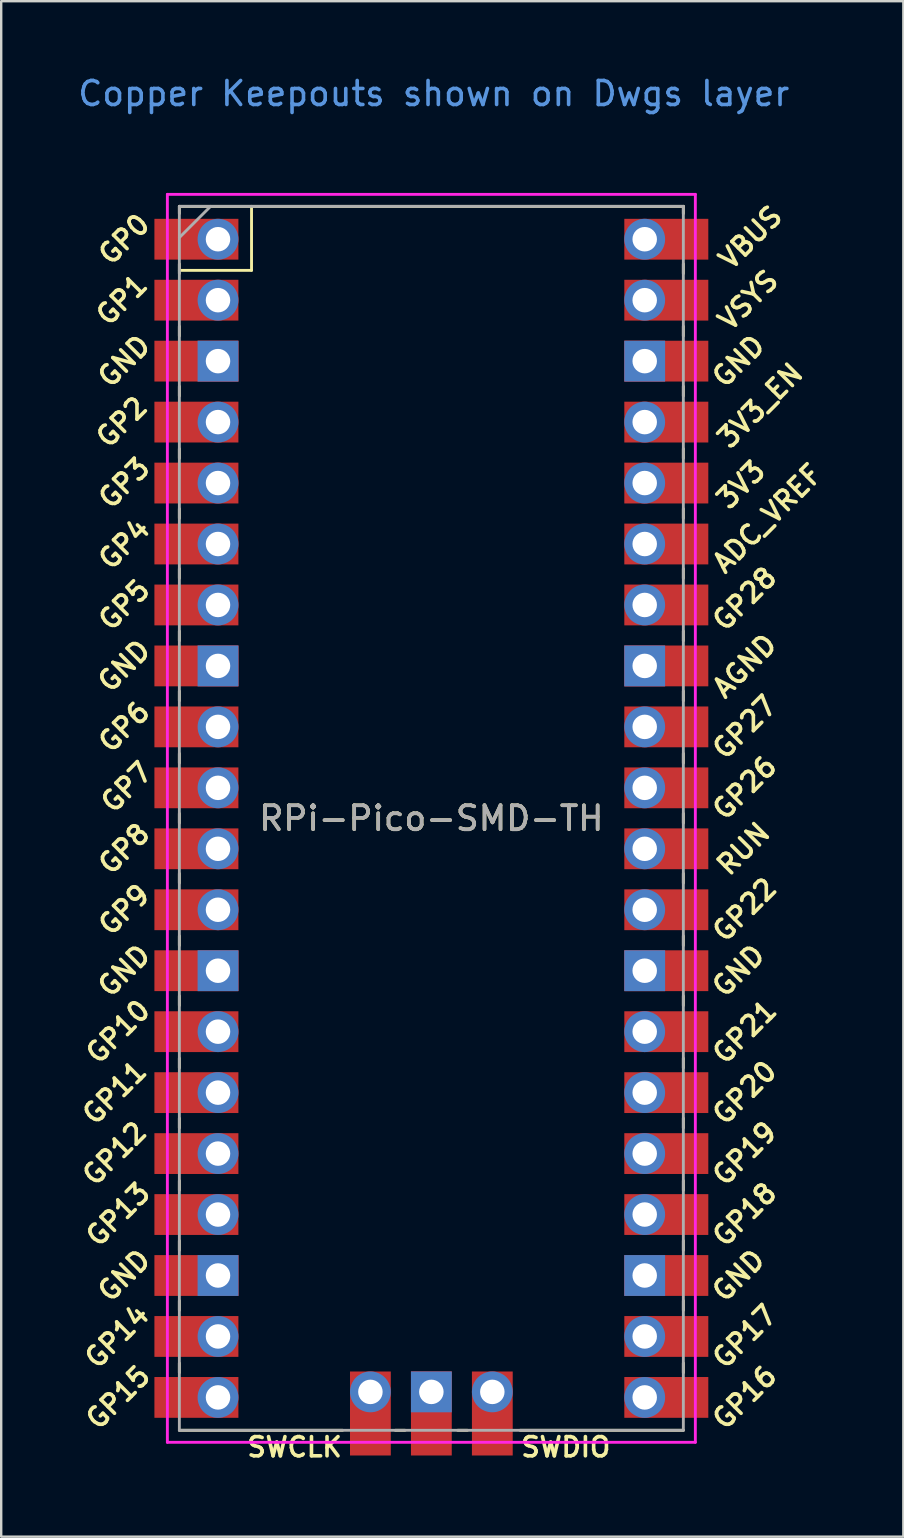
<source format=kicad_pcb>
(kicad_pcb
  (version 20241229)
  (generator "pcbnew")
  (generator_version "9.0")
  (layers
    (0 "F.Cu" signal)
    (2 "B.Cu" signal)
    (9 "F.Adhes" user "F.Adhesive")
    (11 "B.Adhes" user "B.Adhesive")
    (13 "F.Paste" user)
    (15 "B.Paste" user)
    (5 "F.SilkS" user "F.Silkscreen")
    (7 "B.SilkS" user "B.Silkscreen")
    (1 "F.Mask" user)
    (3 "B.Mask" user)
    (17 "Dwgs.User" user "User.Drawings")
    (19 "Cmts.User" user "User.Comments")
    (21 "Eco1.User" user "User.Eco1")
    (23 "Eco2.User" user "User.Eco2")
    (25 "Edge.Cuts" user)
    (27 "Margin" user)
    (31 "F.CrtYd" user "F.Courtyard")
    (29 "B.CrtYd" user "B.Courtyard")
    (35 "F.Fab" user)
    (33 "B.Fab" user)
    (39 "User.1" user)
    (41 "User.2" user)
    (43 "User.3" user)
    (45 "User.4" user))
  (footprint "RPi-Pico-SMD-TH"
    (layer "F.Cu")
    (at 14.924 31.048)
    (property "Reference" "RPi-Pico-SMD-TH" (at 0 0 0) (layer "F.SilkS") (effects (font (size 1 1) (thickness 0.15))))
    (attr through_hole)
    (fp_line (start -10.5 -25.5) (end -10.5 -25.2) (stroke (width 0.12) (type solid)) (layer "F.SilkS"))
    (fp_line (start -10.5 -25.5) (end 10.5 -25.5) (stroke (width 0.12) (type solid)) (layer "F.SilkS"))
    (fp_line (start -10.5 -23.1) (end -10.5 -22.7) (stroke (width 0.12) (type solid)) (layer "F.SilkS"))
    (fp_line (start -10.5 -22.833) (end -7.493 -22.833) (stroke (width 0.12) (type solid)) (layer "F.SilkS"))
    (fp_line (start -10.5 -20.5) (end -10.5 -20.1) (stroke (width 0.12) (type solid)) (layer "F.SilkS"))
    (fp_line (start -10.5 -18) (end -10.5 -17.6) (stroke (width 0.12) (type solid)) (layer "F.SilkS"))
    (fp_line (start -10.5 -15.4) (end -10.5 -15) (stroke (width 0.12) (type solid)) (layer "F.SilkS"))
    (fp_line (start -10.5 -12.9) (end -10.5 -12.5) (stroke (width 0.12) (type solid)) (layer "F.SilkS"))
    (fp_line (start -10.5 -10.4) (end -10.5 -10) (stroke (width 0.12) (type solid)) (layer "F.SilkS"))
    (fp_line (start -10.5 -7.8) (end -10.5 -7.4) (stroke (width 0.12) (type solid)) (layer "F.SilkS"))
    (fp_line (start -10.5 -5.3) (end -10.5 -4.9) (stroke (width 0.12) (type solid)) (layer "F.SilkS"))
    (fp_line (start -10.5 -2.7) (end -10.5 -2.3) (stroke (width 0.12) (type solid)) (layer "F.SilkS"))
    (fp_line (start -10.5 -0.2) (end -10.5 0.2) (stroke (width 0.12) (type solid)) (layer "F.SilkS"))
    (fp_line (start -10.5 2.3) (end -10.5 2.7) (stroke (width 0.12) (type solid)) (layer "F.SilkS"))
    (fp_line (start -10.5 4.9) (end -10.5 5.3) (stroke (width 0.12) (type solid)) (layer "F.SilkS"))
    (fp_line (start -10.5 7.4) (end -10.5 7.8) (stroke (width 0.12) (type solid)) (layer "F.SilkS"))
    (fp_line (start -10.5 10) (end -10.5 10.4) (stroke (width 0.12) (type solid)) (layer "F.SilkS"))
    (fp_line (start -10.5 12.5) (end -10.5 12.9) (stroke (width 0.12) (type solid)) (layer "F.SilkS"))
    (fp_line (start -10.5 15.1) (end -10.5 15.5) (stroke (width 0.12) (type solid)) (layer "F.SilkS"))
    (fp_line (start -10.5 17.6) (end -10.5 18) (stroke (width 0.12) (type solid)) (layer "F.SilkS"))
    (fp_line (start -10.5 20.1) (end -10.5 20.5) (stroke (width 0.12) (type solid)) (layer "F.SilkS"))
    (fp_line (start -10.5 22.7) (end -10.5 23.1) (stroke (width 0.12) (type solid)) (layer "F.SilkS"))
    (fp_line (start -7.493 -22.833) (end -7.493 -25.5) (stroke (width 0.12) (type solid)) (layer "F.SilkS"))
    (fp_line (start -3.7 25.5) (end -10.5 25.5) (stroke (width 0.12) (type solid)) (layer "F.SilkS"))
    (fp_line (start -1.5 25.5) (end -1.1 25.5) (stroke (width 0.12) (type solid)) (layer "F.SilkS"))
    (fp_line (start 1.1 25.5) (end 1.5 25.5) (stroke (width 0.12) (type solid)) (layer "F.SilkS"))
    (fp_line (start 10.5 -25.5) (end 10.5 -25.2) (stroke (width 0.12) (type solid)) (layer "F.SilkS"))
    (fp_line (start 10.5 -23.1) (end 10.5 -22.7) (stroke (width 0.12) (type solid)) (layer "F.SilkS"))
    (fp_line (start 10.5 -20.5) (end 10.5 -20.1) (stroke (width 0.12) (type solid)) (layer "F.SilkS"))
    (fp_line (start 10.5 -18) (end 10.5 -17.6) (stroke (width 0.12) (type solid)) (layer "F.SilkS"))
    (fp_line (start 10.5 -15.4) (end 10.5 -15) (stroke (width 0.12) (type solid)) (layer "F.SilkS"))
    (fp_line (start 10.5 -12.9) (end 10.5 -12.5) (stroke (width 0.12) (type solid)) (layer "F.SilkS"))
    (fp_line (start 10.5 -10.4) (end 10.5 -10) (stroke (width 0.12) (type solid)) (layer "F.SilkS"))
    (fp_line (start 10.5 -7.8) (end 10.5 -7.4) (stroke (width 0.12) (type solid)) (layer "F.SilkS"))
    (fp_line (start 10.5 -5.3) (end 10.5 -4.9) (stroke (width 0.12) (type solid)) (layer "F.SilkS"))
    (fp_line (start 10.5 -2.7) (end 10.5 -2.3) (stroke (width 0.12) (type solid)) (layer "F.SilkS"))
    (fp_line (start 10.5 -0.2) (end 10.5 0.2) (stroke (width 0.12) (type solid)) (layer "F.SilkS"))
    (fp_line (start 10.5 2.3) (end 10.5 2.7) (stroke (width 0.12) (type solid)) (layer "F.SilkS"))
    (fp_line (start 10.5 4.9) (end 10.5 5.3) (stroke (width 0.12) (type solid)) (layer "F.SilkS"))
    (fp_line (start 10.5 7.4) (end 10.5 7.8) (stroke (width 0.12) (type solid)) (layer "F.SilkS"))
    (fp_line (start 10.5 10) (end 10.5 10.4) (stroke (width 0.12) (type solid)) (layer "F.SilkS"))
    (fp_line (start 10.5 12.5) (end 10.5 12.9) (stroke (width 0.12) (type solid)) (layer "F.SilkS"))
    (fp_line (start 10.5 15.1) (end 10.5 15.5) (stroke (width 0.12) (type solid)) (layer "F.SilkS"))
    (fp_line (start 10.5 17.6) (end 10.5 18) (stroke (width 0.12) (type solid)) (layer "F.SilkS"))
    (fp_line (start 10.5 20.1) (end 10.5 20.5) (stroke (width 0.12) (type solid)) (layer "F.SilkS"))
    (fp_line (start 10.5 22.7) (end 10.5 23.1) (stroke (width 0.12) (type solid)) (layer "F.SilkS"))
    (fp_line (start 10.5 25.5) (end 3.7 25.5) (stroke (width 0.12) (type solid)) (layer "F.SilkS"))
    (fp_line (start -11 -26) (end 11 -26) (stroke (width 0.12) (type solid)) (layer "F.CrtYd"))
    (fp_line (start -11 26) (end -11 -26) (stroke (width 0.12) (type solid)) (layer "F.CrtYd"))
    (fp_line (start 11 -26) (end 11 26) (stroke (width 0.12) (type solid)) (layer "F.CrtYd"))
    (fp_line (start 11 26) (end -11 26) (stroke (width 0.12) (type solid)) (layer "F.CrtYd"))
    (fp_line (start -10.5 -25.5) (end 10.5 -25.5) (stroke (width 0.12) (type solid)) (layer "F.Fab"))
    (fp_line (start -10.5 -24.2) (end -9.2 -25.5) (stroke (width 0.12) (type solid)) (layer "F.Fab"))
    (fp_line (start -10.5 25.5) (end -10.5 -25.5) (stroke (width 0.12) (type solid)) (layer "F.Fab"))
    (fp_line (start 10.5 -25.5) (end 10.5 25.5) (stroke (width 0.12) (type solid)) (layer "F.Fab"))
    (fp_line (start 10.5 25.5) (end -10.5 25.5) (stroke (width 0.12) (type solid)) (layer "F.Fab"))
    (fp_text user "GND" (at 12.8 19.05 45) (layer "F.SilkS") (effects (font (size 0.8 0.8) (thickness 0.15))))
    (fp_text user "GP17" (at 13.054 21.59 45) (layer "F.SilkS") (effects (font (size 0.8 0.8) (thickness 0.15))))
    (fp_text user "VSYS" (at 13.2 -21.59 45) (layer "F.SilkS") (effects (font (size 0.8 0.8) (thickness 0.15))))
    (fp_text user "GND" (at -12.8 -19.05 45) (layer "F.SilkS") (effects (font (size 0.8 0.8) (thickness 0.15))))
    (fp_text user "AGND" (at 13.054 -6.35 45) (layer "F.SilkS") (effects (font (size 0.8 0.8) (thickness 0.15))))
    (fp_text user "VBUS" (at 13.3 -24.2 45) (layer "F.SilkS") (effects (font (size 0.8 0.8) (thickness 0.15))))
    (fp_text user "RUN" (at 13 1.27 45) (layer "F.SilkS") (effects (font (size 0.8 0.8) (thickness 0.15))))
    (fp_text user "SWDIO" (at 5.6 26.2 0) (layer "F.SilkS") (effects (font (size 0.8 0.8) (thickness 0.15))))
    (fp_text user "GND" (at -12.8 6.35 45) (layer "F.SilkS") (effects (font (size 0.8 0.8) (thickness 0.15))))
    (fp_text user "GP9" (at -12.8 3.81 45) (layer "F.SilkS") (effects (font (size 0.8 0.8) (thickness 0.15))))
    (fp_text user "GP0" (at -12.8 -24.13 45) (layer "F.SilkS") (effects (font (size 0.8 0.8) (thickness 0.15))))
    (fp_text user "GP8" (at -12.8 1.27 45) (layer "F.SilkS") (effects (font (size 0.8 0.8) (thickness 0.15))))
    (fp_text user "GP13" (at -13.054 16.51 45) (layer "F.SilkS") (effects (font (size 0.8 0.8) (thickness 0.15))))
    (fp_text user "GP22" (at 13.054 3.81 45) (layer "F.SilkS") (effects (font (size 0.8 0.8) (thickness 0.15))))
    (fp_text user "GP3" (at -12.8 -13.97 45) (layer "F.SilkS") (effects (font (size 0.8 0.8) (thickness 0.15))))
    (fp_text user "GND" (at 12.8 -19.05 45) (layer "F.SilkS") (effects (font (size 0.8 0.8) (thickness 0.15))))
    (fp_text user "GP1" (at -12.9 -21.6 45) (layer "F.SilkS") (effects (font (size 0.8 0.8) (thickness 0.15))))
    (fp_text user "GP2" (at -12.9 -16.51 45) (layer "F.SilkS") (effects (font (size 0.8 0.8) (thickness 0.15))))
    (fp_text user "GP16" (at 13.054 24.13 45) (layer "F.SilkS") (effects (font (size 0.8 0.8) (thickness 0.15))))
    (fp_text user "ADC_VREF" (at 14 -12.5 45) (layer "F.SilkS") (effects (font (size 0.8 0.8) (thickness 0.15))))
    (fp_text user "GP28" (at 13.054 -9.144 45) (layer "F.SilkS") (effects (font (size 0.8 0.8) (thickness 0.15))))
    (fp_text user "GP5" (at -12.8 -8.89 45) (layer "F.SilkS") (effects (font (size 0.8 0.8) (thickness 0.15))))
    (fp_text user "GND" (at 12.8 6.35 45) (layer "F.SilkS") (effects (font (size 0.8 0.8) (thickness 0.15))))
    (fp_text user "GND" (at -12.8 19.05 45) (layer "F.SilkS") (effects (font (size 0.8 0.8) (thickness 0.15))))
    (fp_text user "SWCLK" (at -5.7 26.2 0) (layer "F.SilkS") (effects (font (size 0.8 0.8) (thickness 0.15))))
    (fp_text user "3V3_EN" (at 13.7 -17.2 45) (layer "F.SilkS") (effects (font (size 0.8 0.8) (thickness 0.15))))
    (fp_text user "GP11" (at -13.2 11.43 45) (layer "F.SilkS") (effects (font (size 0.8 0.8) (thickness 0.15))))
    (fp_text user "3V3" (at 12.9 -13.9 45) (layer "F.SilkS") (effects (font (size 0.8 0.8) (thickness 0.15))))
    (fp_text user "GP10" (at -13.054 8.89 45) (layer "F.SilkS") (effects (font (size 0.8 0.8) (thickness 0.15))))
    (fp_text user "GP6" (at -12.8 -3.81 45) (layer "F.SilkS") (effects (font (size 0.8 0.8) (thickness 0.15))))
    (fp_text user "GP15" (at -13.054 24.13 45) (layer "F.SilkS") (effects (font (size 0.8 0.8) (thickness 0.15))))
    (fp_text user "GP4" (at -12.8 -11.43 45) (layer "F.SilkS") (effects (font (size 0.8 0.8) (thickness 0.15))))
    (fp_text user "GP20" (at 13.054 11.43 45) (layer "F.SilkS") (effects (font (size 0.8 0.8) (thickness 0.15))))
    (fp_text user "GP21" (at 13.054 8.9 45) (layer "F.SilkS") (effects (font (size 0.8 0.8) (thickness 0.15))))
    (fp_text user "GP19" (at 13.054 13.97 45) (layer "F.SilkS") (effects (font (size 0.8 0.8) (thickness 0.15))))
    (fp_text user "GP7" (at -12.7 -1.3 45) (layer "F.SilkS") (effects (font (size 0.8 0.8) (thickness 0.15))))
    (fp_text user "GP18" (at 13.054 16.51 45) (layer "F.SilkS") (effects (font (size 0.8 0.8) (thickness 0.15))))
    (fp_text user "GP14" (at -13.1 21.59 45) (layer "F.SilkS") (effects (font (size 0.8 0.8) (thickness 0.15))))
    (fp_text user "GND" (at -12.8 -6.35 45) (layer "F.SilkS") (effects (font (size 0.8 0.8) (thickness 0.15))))
    (fp_text user "GP26" (at 13.054 -1.27 45) (layer "F.SilkS") (effects (font (size 0.8 0.8) (thickness 0.15))))
    (fp_text user "GP12" (at -13.2 13.97 45) (layer "F.SilkS") (effects (font (size 0.8 0.8) (thickness 0.15))))
    (fp_text user "GP27" (at 13.054 -3.8 45) (layer "F.SilkS") (effects (font (size 0.8 0.8) (thickness 0.15))))
    (fp_text user "Copper Keepouts shown on Dwgs layer" (at 0.1 -30.2 0) (layer "Cmts.User") (effects (font (size 1 1) (thickness 0.15))))
    (fp_text user "${REFERENCE}" (at 0 0 180) (layer "F.Fab") (effects (font (size 1 1) (thickness 0.15))))
    (pad "1" thru_hole oval (at -8.89 -24.13) (size 1.7 1.7) (drill 1.02) (layers "*.Cu" "*.Mask"))
    (pad "1" smd rect (at -8.89 -24.13) (size 3.5 1.7) (drill (offset -0.9 0)) (layers "F.Cu" "F.Mask"))
    (pad "2" thru_hole oval (at -8.89 -21.59) (size 1.7 1.7) (drill 1.02) (layers "*.Cu" "*.Mask"))
    (pad "2" smd rect (at -8.89 -21.59) (size 3.5 1.7) (drill (offset -0.9 0)) (layers "F.Cu" "F.Mask"))
    (pad "3" thru_hole rect (at -8.89 -19.05) (size 1.7 1.7) (drill 1.02) (layers "*.Cu" "*.Mask"))
    (pad "3" smd rect (at -8.89 -19.05) (size 3.5 1.7) (drill (offset -0.9 0)) (layers "F.Cu" "F.Mask"))
    (pad "4" thru_hole oval (at -8.89 -16.51) (size 1.7 1.7) (drill 1.02) (layers "*.Cu" "*.Mask"))
    (pad "4" smd rect (at -8.89 -16.51) (size 3.5 1.7) (drill (offset -0.9 0)) (layers "F.Cu" "F.Mask"))
    (pad "5" thru_hole oval (at -8.89 -13.97) (size 1.7 1.7) (drill 1.02) (layers "*.Cu" "*.Mask"))
    (pad "5" smd rect (at -8.89 -13.97) (size 3.5 1.7) (drill (offset -0.9 0)) (layers "F.Cu" "F.Mask"))
    (pad "6" thru_hole oval (at -8.89 -11.43) (size 1.7 1.7) (drill 1.02) (layers "*.Cu" "*.Mask"))
    (pad "6" smd rect (at -8.89 -11.43) (size 3.5 1.7) (drill (offset -0.9 0)) (layers "F.Cu" "F.Mask"))
    (pad "7" thru_hole oval (at -8.89 -8.89) (size 1.7 1.7) (drill 1.02) (layers "*.Cu" "*.Mask"))
    (pad "7" smd rect (at -8.89 -8.89) (size 3.5 1.7) (drill (offset -0.9 0)) (layers "F.Cu" "F.Mask"))
    (pad "8" thru_hole rect (at -8.89 -6.35) (size 1.7 1.7) (drill 1.02) (layers "*.Cu" "*.Mask"))
    (pad "8" smd rect (at -8.89 -6.35) (size 3.5 1.7) (drill (offset -0.9 0)) (layers "F.Cu" "F.Mask"))
    (pad "9" thru_hole oval (at -8.89 -3.81) (size 1.7 1.7) (drill 1.02) (layers "*.Cu" "*.Mask"))
    (pad "9" smd rect (at -8.89 -3.81) (size 3.5 1.7) (drill (offset -0.9 0)) (layers "F.Cu" "F.Mask"))
    (pad "10" thru_hole oval (at -8.89 -1.27) (size 1.7 1.7) (drill 1.02) (layers "*.Cu" "*.Mask"))
    (pad "10" smd rect (at -8.89 -1.27) (size 3.5 1.7) (drill (offset -0.9 0)) (layers "F.Cu" "F.Mask"))
    (pad "11" thru_hole oval (at -8.89 1.27) (size 1.7 1.7) (drill 1.02) (layers "*.Cu" "*.Mask"))
    (pad "11" smd rect (at -8.89 1.27) (size 3.5 1.7) (drill (offset -0.9 0)) (layers "F.Cu" "F.Mask"))
    (pad "12" thru_hole oval (at -8.89 3.81) (size 1.7 1.7) (drill 1.02) (layers "*.Cu" "*.Mask"))
    (pad "12" smd rect (at -8.89 3.81) (size 3.5 1.7) (drill (offset -0.9 0)) (layers "F.Cu" "F.Mask"))
    (pad "13" thru_hole rect (at -8.89 6.35) (size 1.7 1.7) (drill 1.02) (layers "*.Cu" "*.Mask"))
    (pad "13" smd rect (at -8.89 6.35) (size 3.5 1.7) (drill (offset -0.9 0)) (layers "F.Cu" "F.Mask"))
    (pad "14" thru_hole oval (at -8.89 8.89) (size 1.7 1.7) (drill 1.02) (layers "*.Cu" "*.Mask"))
    (pad "14" smd rect (at -8.89 8.89) (size 3.5 1.7) (drill (offset -0.9 0)) (layers "F.Cu" "F.Mask"))
    (pad "15" thru_hole oval (at -8.89 11.43) (size 1.7 1.7) (drill 1.02) (layers "*.Cu" "*.Mask"))
    (pad "15" smd rect (at -8.89 11.43) (size 3.5 1.7) (drill (offset -0.9 0)) (layers "F.Cu" "F.Mask"))
    (pad "16" thru_hole oval (at -8.89 13.97) (size 1.7 1.7) (drill 1.02) (layers "*.Cu" "*.Mask"))
    (pad "16" smd rect (at -8.89 13.97) (size 3.5 1.7) (drill (offset -0.9 0)) (layers "F.Cu" "F.Mask"))
    (pad "17" thru_hole oval (at -8.89 16.51) (size 1.7 1.7) (drill 1.02) (layers "*.Cu" "*.Mask"))
    (pad "17" smd rect (at -8.89 16.51) (size 3.5 1.7) (drill (offset -0.9 0)) (layers "F.Cu" "F.Mask"))
    (pad "18" thru_hole rect (at -8.89 19.05) (size 1.7 1.7) (drill 1.02) (layers "*.Cu" "*.Mask"))
    (pad "18" smd rect (at -8.89 19.05) (size 3.5 1.7) (drill (offset -0.9 0)) (layers "F.Cu" "F.Mask"))
    (pad "19" thru_hole oval (at -8.89 21.59) (size 1.7 1.7) (drill 1.02) (layers "*.Cu" "*.Mask"))
    (pad "19" smd rect (at -8.89 21.59) (size 3.5 1.7) (drill (offset -0.9 0)) (layers "F.Cu" "F.Mask"))
    (pad "20" thru_hole oval (at -8.89 24.13) (size 1.7 1.7) (drill 1.02) (layers "*.Cu" "*.Mask"))
    (pad "20" smd rect (at -8.89 24.13) (size 3.5 1.7) (drill (offset -0.9 0)) (layers "F.Cu" "F.Mask"))
    (pad "21" thru_hole oval (at 8.89 24.13) (size 1.7 1.7) (drill 1.02) (layers "*.Cu" "*.Mask"))
    (pad "21" smd rect (at 8.89 24.13) (size 3.5 1.7) (drill (offset 0.9 0)) (layers "F.Cu" "F.Mask"))
    (pad "22" thru_hole oval (at 8.89 21.59) (size 1.7 1.7) (drill 1.02) (layers "*.Cu" "*.Mask"))
    (pad "22" smd rect (at 8.89 21.59) (size 3.5 1.7) (drill (offset 0.9 0)) (layers "F.Cu" "F.Mask"))
    (pad "23" thru_hole rect (at 8.89 19.05) (size 1.7 1.7) (drill 1.02) (layers "*.Cu" "*.Mask"))
    (pad "23" smd rect (at 8.89 19.05) (size 3.5 1.7) (drill (offset 0.9 0)) (layers "F.Cu" "F.Mask"))
    (pad "24" thru_hole oval (at 8.89 16.51) (size 1.7 1.7) (drill 1.02) (layers "*.Cu" "*.Mask"))
    (pad "24" smd rect (at 8.89 16.51) (size 3.5 1.7) (drill (offset 0.9 0)) (layers "F.Cu" "F.Mask"))
    (pad "25" thru_hole oval (at 8.89 13.97) (size 1.7 1.7) (drill 1.02) (layers "*.Cu" "*.Mask"))
    (pad "25" smd rect (at 8.89 13.97) (size 3.5 1.7) (drill (offset 0.9 0)) (layers "F.Cu" "F.Mask"))
    (pad "26" thru_hole oval (at 8.89 11.43) (size 1.7 1.7) (drill 1.02) (layers "*.Cu" "*.Mask"))
    (pad "26" smd rect (at 8.89 11.43) (size 3.5 1.7) (drill (offset 0.9 0)) (layers "F.Cu" "F.Mask"))
    (pad "27" thru_hole oval (at 8.89 8.89) (size 1.7 1.7) (drill 1.02) (layers "*.Cu" "*.Mask"))
    (pad "27" smd rect (at 8.89 8.89) (size 3.5 1.7) (drill (offset 0.9 0)) (layers "F.Cu" "F.Mask"))
    (pad "28" thru_hole rect (at 8.89 6.35) (size 1.7 1.7) (drill 1.02) (layers "*.Cu" "*.Mask"))
    (pad "28" smd rect (at 8.89 6.35) (size 3.5 1.7) (drill (offset 0.9 0)) (layers "F.Cu" "F.Mask"))
    (pad "29" thru_hole oval (at 8.89 3.81) (size 1.7 1.7) (drill 1.02) (layers "*.Cu" "*.Mask"))
    (pad "29" smd rect (at 8.89 3.81) (size 3.5 1.7) (drill (offset 0.9 0)) (layers "F.Cu" "F.Mask"))
    (pad "30" thru_hole oval (at 8.89 1.27) (size 1.7 1.7) (drill 1.02) (layers "*.Cu" "*.Mask"))
    (pad "30" smd rect (at 8.89 1.27) (size 3.5 1.7) (drill (offset 0.9 0)) (layers "F.Cu" "F.Mask"))
    (pad "31" thru_hole oval (at 8.89 -1.27) (size 1.7 1.7) (drill 1.02) (layers "*.Cu" "*.Mask"))
    (pad "31" smd rect (at 8.89 -1.27) (size 3.5 1.7) (drill (offset 0.9 0)) (layers "F.Cu" "F.Mask"))
    (pad "32" thru_hole oval (at 8.89 -3.81) (size 1.7 1.7) (drill 1.02) (layers "*.Cu" "*.Mask"))
    (pad "32" smd rect (at 8.89 -3.81) (size 3.5 1.7) (drill (offset 0.9 0)) (layers "F.Cu" "F.Mask"))
    (pad "33" thru_hole rect (at 8.89 -6.35) (size 1.7 1.7) (drill 1.02) (layers "*.Cu" "*.Mask"))
    (pad "33" smd rect (at 8.89 -6.35) (size 3.5 1.7) (drill (offset 0.9 0)) (layers "F.Cu" "F.Mask"))
    (pad "34" thru_hole oval (at 8.89 -8.89) (size 1.7 1.7) (drill 1.02) (layers "*.Cu" "*.Mask"))
    (pad "34" smd rect (at 8.89 -8.89) (size 3.5 1.7) (drill (offset 0.9 0)) (layers "F.Cu" "F.Mask"))
    (pad "35" thru_hole oval (at 8.89 -11.43) (size 1.7 1.7) (drill 1.02) (layers "*.Cu" "*.Mask"))
    (pad "35" smd rect (at 8.89 -11.43) (size 3.5 1.7) (drill (offset 0.9 0)) (layers "F.Cu" "F.Mask"))
    (pad "36" thru_hole oval (at 8.89 -13.97) (size 1.7 1.7) (drill 1.02) (layers "*.Cu" "*.Mask"))
    (pad "36" smd rect (at 8.89 -13.97) (size 3.5 1.7) (drill (offset 0.9 0)) (layers "F.Cu" "F.Mask"))
    (pad "37" thru_hole oval (at 8.89 -16.51) (size 1.7 1.7) (drill 1.02) (layers "*.Cu" "*.Mask"))
    (pad "37" smd rect (at 8.89 -16.51) (size 3.5 1.7) (drill (offset 0.9 0)) (layers "F.Cu" "F.Mask"))
    (pad "38" thru_hole rect (at 8.89 -19.05) (size 1.7 1.7) (drill 1.02) (layers "*.Cu" "*.Mask"))
    (pad "38" smd rect (at 8.89 -19.05) (size 3.5 1.7) (drill (offset 0.9 0)) (layers "F.Cu" "F.Mask"))
    (pad "39" thru_hole oval (at 8.89 -21.59) (size 1.7 1.7) (drill 1.02) (layers "*.Cu" "*.Mask"))
    (pad "39" smd rect (at 8.89 -21.59) (size 3.5 1.7) (drill (offset 0.9 0)) (layers "F.Cu" "F.Mask"))
    (pad "40" thru_hole oval (at 8.89 -24.13) (size 1.7 1.7) (drill 1.02) (layers "*.Cu" "*.Mask"))
    (pad "40" smd rect (at 8.89 -24.13) (size 3.5 1.7) (drill (offset 0.9 0)) (layers "F.Cu" "F.Mask"))
    (pad "41" thru_hole oval (at -2.54 23.9) (size 1.7 1.7) (drill 1.02) (layers "*.Cu" "*.Mask"))
    (pad "41" smd rect (at -2.54 23.9 90) (size 3.5 1.7) (drill (offset -0.9 0)) (layers "F.Cu" "F.Mask"))
    (pad "42" thru_hole rect (at 0 23.9) (size 1.7 1.7) (drill 1.02) (layers "*.Cu" "*.Mask"))
    (pad "42" smd rect (at 0 23.9 90) (size 3.5 1.7) (drill (offset -0.9 0)) (layers "F.Cu" "F.Mask"))
    (pad "43" thru_hole oval (at 2.54 23.9) (size 1.7 1.7) (drill 1.02) (layers "*.Cu" "*.Mask"))
    (pad "43" smd rect (at 2.54 23.9 90) (size 3.5 1.7) (drill (offset -0.9 0)) (layers "F.Cu" "F.Mask")))
  (gr_rect
    (start -3 -3)
    (end 34.591 60.98)
    (stroke (width 0.1) (type default))
    (fill no)
    (layer "Edge.Cuts")))
</source>
